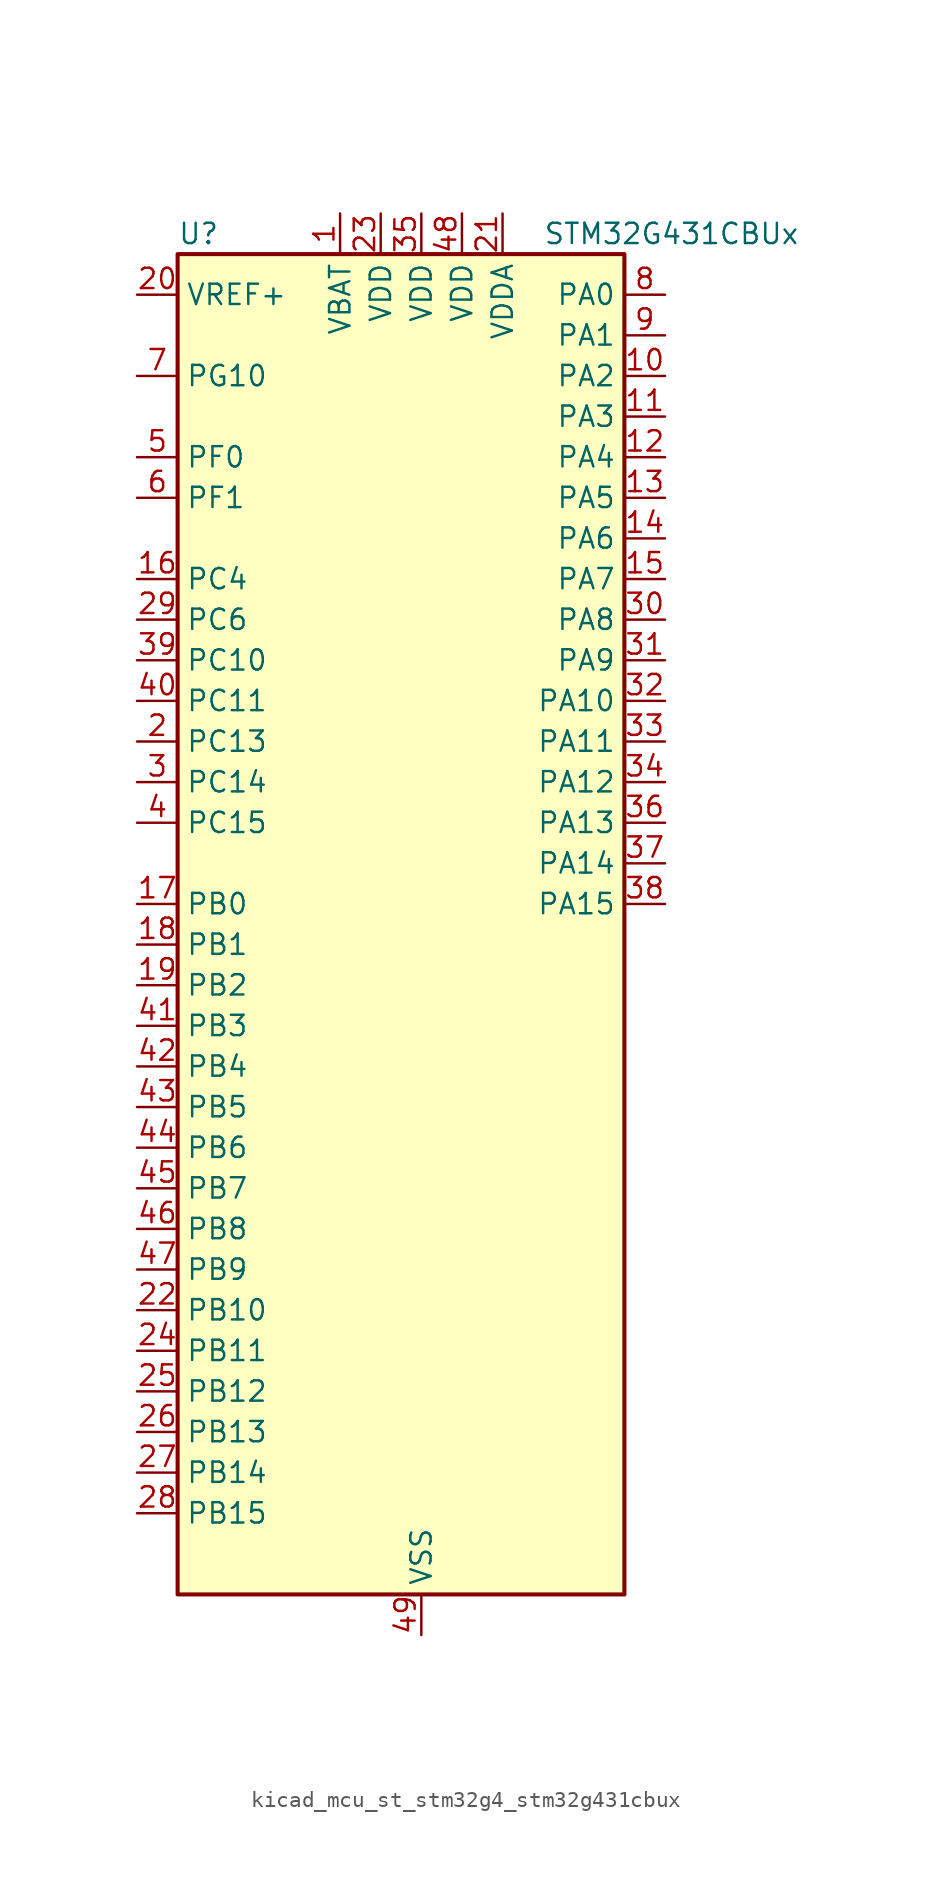
<source format=kicad_sym>
(kicad_symbol_lib
  (version 20220914)
  (generator kicad_symbol_editor)
  (symbol "kicad_mcu_st_stm32g4_stm32g431cbux"
    (property "Reference" "U"
      (at -12.7 44.45 0)
      (effects (font (size 1.27 1.27)) (justify left)))
    (property "Value" "STM32G431CBUx"
      (at 10.16 44.45 0)
      (effects (font (size 1.27 1.27)) (justify left)))
    (property "ki_locked" ""
      (at 0 0 0)
      (effects (font (size 1.27 1.27))))
    (symbol "kicad_mcu_st_stm32g4_stm32g431cbux_0_1"
      (rectangle (start -12.7 -40.64) (end 15.24 43.18) (stroke (width 0.254) (type default)) (fill (type background))))
    (symbol "kicad_mcu_st_stm32g4_stm32g431cbux_1_1"
      (pin power_in line (at -2.54 45.72 270) (length 2.54) (name "VBAT" (effects (font (size 1.27 1.27)))) (number "1" (effects (font (size 1.27 1.27)))))
      (pin bidirectional line (at 17.78 35.56 180) (length 2.54) (name "PA2" (effects (font (size 1.27 1.27)))) (number "10" (effects (font (size 1.27 1.27)))) (alternate "ADC1_IN3" bidirectional line) (alternate "COMP2_INM" bidirectional line) (alternate "COMP2_OUT" bidirectional line) (alternate "LPUART1_TX" bidirectional line) (alternate "OPAMP1_VOUT" bidirectional line) (alternate "RCC_LSCO" bidirectional line) (alternate "SYS_WKUP4" bidirectional line) (alternate "TIM15_CH1" bidirectional line) (alternate "TIM2_CH3" bidirectional line) (alternate "UCPD1_FRSTX1" bidirectional line) (alternate "UCPD1_FRSTX2" bidirectional line) (alternate "USART2_TX" bidirectional line))
      (pin bidirectional line (at 17.78 33.02 180) (length 2.54) (name "PA3" (effects (font (size 1.27 1.27)))) (number "11" (effects (font (size 1.27 1.27)))) (alternate "ADC1_IN4" bidirectional line) (alternate "COMP2_INP" bidirectional line) (alternate "LPUART1_RX" bidirectional line) (alternate "OPAMP1_VINM" bidirectional line) (alternate "OPAMP1_VINM0" bidirectional line) (alternate "OPAMP1_VINM_SEC" bidirectional line) (alternate "OPAMP1_VINP" bidirectional line) (alternate "OPAMP1_VINP_SEC" bidirectional line) (alternate "SAI1_CK1" bidirectional line) (alternate "SAI1_MCLK_A" bidirectional line) (alternate "TIM15_CH2" bidirectional line) (alternate "TIM2_CH4" bidirectional line) (alternate "USART2_RX" bidirectional line))
      (pin bidirectional line (at 17.78 30.48 180) (length 2.54) (name "PA4" (effects (font (size 1.27 1.27)))) (number "12" (effects (font (size 1.27 1.27)))) (alternate "ADC2_IN17" bidirectional line) (alternate "COMP1_INM" bidirectional line) (alternate "DAC1_OUT1" bidirectional line) (alternate "I2S3_WS" bidirectional line) (alternate "SAI1_FS_B" bidirectional line) (alternate "SPI1_NSS" bidirectional line) (alternate "SPI3_NSS" bidirectional line) (alternate "TIM3_CH2" bidirectional line) (alternate "USART2_CK" bidirectional line))
      (pin bidirectional line (at 17.78 27.94 180) (length 2.54) (name "PA5" (effects (font (size 1.27 1.27)))) (number "13" (effects (font (size 1.27 1.27)))) (alternate "ADC2_IN13" bidirectional line) (alternate "COMP2_INM" bidirectional line) (alternate "DAC1_OUT2" bidirectional line) (alternate "OPAMP2_VINM" bidirectional line) (alternate "OPAMP2_VINM0" bidirectional line) (alternate "OPAMP2_VINM_SEC" bidirectional line) (alternate "SPI1_SCK" bidirectional line) (alternate "TIM2_CH1" bidirectional line) (alternate "TIM2_ETR" bidirectional line) (alternate "UCPD1_FRSTX1" bidirectional line) (alternate "UCPD1_FRSTX2" bidirectional line))
      (pin bidirectional line (at 17.78 25.4 180) (length 2.54) (name "PA6" (effects (font (size 1.27 1.27)))) (number "14" (effects (font (size 1.27 1.27)))) (alternate "ADC2_IN3" bidirectional line) (alternate "COMP1_OUT" bidirectional line) (alternate "LPUART1_CTS" bidirectional line) (alternate "OPAMP2_VOUT" bidirectional line) (alternate "SPI1_MISO" bidirectional line) (alternate "TIM16_CH1" bidirectional line) (alternate "TIM1_BKIN" bidirectional line) (alternate "TIM3_CH1" bidirectional line) (alternate "TIM8_BKIN" bidirectional line))
      (pin bidirectional line (at 17.78 22.86 180) (length 2.54) (name "PA7" (effects (font (size 1.27 1.27)))) (number "15" (effects (font (size 1.27 1.27)))) (alternate "ADC2_IN4" bidirectional line) (alternate "COMP2_INP" bidirectional line) (alternate "COMP2_OUT" bidirectional line) (alternate "OPAMP1_VINP" bidirectional line) (alternate "OPAMP1_VINP_SEC" bidirectional line) (alternate "OPAMP2_VINP" bidirectional line) (alternate "OPAMP2_VINP_SEC" bidirectional line) (alternate "SPI1_MOSI" bidirectional line) (alternate "TIM17_CH1" bidirectional line) (alternate "TIM1_CH1N" bidirectional line) (alternate "TIM3_CH2" bidirectional line) (alternate "TIM8_CH1N" bidirectional line) (alternate "UCPD1_FRSTX1" bidirectional line) (alternate "UCPD1_FRSTX2" bidirectional line))
      (pin bidirectional line (at -15.24 22.86 0) (length 2.54) (name "PC4" (effects (font (size 1.27 1.27)))) (number "16" (effects (font (size 1.27 1.27)))) (alternate "ADC2_IN5" bidirectional line) (alternate "I2C2_SCL" bidirectional line) (alternate "TIM1_ETR" bidirectional line) (alternate "USART1_TX" bidirectional line))
      (pin bidirectional line (at -15.24 2.54 0) (length 2.54) (name "PB0" (effects (font (size 1.27 1.27)))) (number "17" (effects (font (size 1.27 1.27)))) (alternate "ADC1_IN15" bidirectional line) (alternate "COMP4_INP" bidirectional line) (alternate "OPAMP2_VINP" bidirectional line) (alternate "OPAMP2_VINP_SEC" bidirectional line) (alternate "OPAMP3_VINP" bidirectional line) (alternate "OPAMP3_VINP_SEC" bidirectional line) (alternate "TIM1_CH2N" bidirectional line) (alternate "TIM3_CH3" bidirectional line) (alternate "TIM8_CH2N" bidirectional line) (alternate "UCPD1_FRSTX1" bidirectional line) (alternate "UCPD1_FRSTX2" bidirectional line))
      (pin bidirectional line (at -15.24 0 0) (length 2.54) (name "PB1" (effects (font (size 1.27 1.27)))) (number "18" (effects (font (size 1.27 1.27)))) (alternate "ADC1_IN12" bidirectional line) (alternate "COMP1_INP" bidirectional line) (alternate "COMP4_OUT" bidirectional line) (alternate "LPUART1_DE" bidirectional line) (alternate "LPUART1_RTS" bidirectional line) (alternate "OPAMP3_VOUT" bidirectional line) (alternate "TIM1_CH3N" bidirectional line) (alternate "TIM3_CH4" bidirectional line) (alternate "TIM8_CH3N" bidirectional line))
      (pin bidirectional line (at -15.24 -2.54 0) (length 2.54) (name "PB2" (effects (font (size 1.27 1.27)))) (number "19" (effects (font (size 1.27 1.27)))) (alternate "ADC2_IN12" bidirectional line) (alternate "COMP4_INM" bidirectional line) (alternate "I2C3_SMBA" bidirectional line) (alternate "LPTIM1_OUT" bidirectional line) (alternate "OPAMP3_VINM" bidirectional line) (alternate "OPAMP3_VINM0" bidirectional line) (alternate "OPAMP3_VINM_SEC" bidirectional line) (alternate "RTC_OUT2" bidirectional line))
      (pin bidirectional line (at -15.24 12.7 0) (length 2.54) (name "PC13" (effects (font (size 1.27 1.27)))) (number "2" (effects (font (size 1.27 1.27)))) (alternate "RTC_OUT1" bidirectional line) (alternate "RTC_TAMP1" bidirectional line) (alternate "RTC_TS" bidirectional line) (alternate "SYS_WKUP2" bidirectional line) (alternate "TIM1_BKIN" bidirectional line) (alternate "TIM1_CH1N" bidirectional line) (alternate "TIM8_CH4N" bidirectional line))
      (pin input line (at -15.24 40.64 0) (length 2.54) (name "VREF+" (effects (font (size 1.27 1.27)))) (number "20" (effects (font (size 1.27 1.27)))) (alternate "VREFBUF_OUT" bidirectional line))
      (pin power_in line (at 7.62 45.72 270) (length 2.54) (name "VDDA" (effects (font (size 1.27 1.27)))) (number "21" (effects (font (size 1.27 1.27)))))
      (pin bidirectional line (at -15.24 -22.86 0) (length 2.54) (name "PB10" (effects (font (size 1.27 1.27)))) (number "22" (effects (font (size 1.27 1.27)))) (alternate "DAC1_EXTI10" bidirectional line) (alternate "DAC3_EXTI10" bidirectional line) (alternate "LPUART1_RX" bidirectional line) (alternate "OPAMP3_VINM" bidirectional line) (alternate "OPAMP3_VINM1" bidirectional line) (alternate "OPAMP3_VINM_SEC" bidirectional line) (alternate "SAI1_SCK_A" bidirectional line) (alternate "TIM1_BKIN" bidirectional line) (alternate "TIM2_CH3" bidirectional line) (alternate "USART3_TX" bidirectional line))
      (pin power_in line (at 0 45.72 270) (length 2.54) (name "VDD" (effects (font (size 1.27 1.27)))) (number "23" (effects (font (size 1.27 1.27)))))
      (pin bidirectional line (at -15.24 -25.4 0) (length 2.54) (name "PB11" (effects (font (size 1.27 1.27)))) (number "24" (effects (font (size 1.27 1.27)))) (alternate "ADC1_EXTI11" bidirectional line) (alternate "ADC1_IN14" bidirectional line) (alternate "ADC2_EXTI11" bidirectional line) (alternate "ADC2_IN14" bidirectional line) (alternate "LPUART1_TX" bidirectional line) (alternate "TIM2_CH4" bidirectional line) (alternate "USART3_RX" bidirectional line))
      (pin bidirectional line (at -15.24 -27.94 0) (length 2.54) (name "PB12" (effects (font (size 1.27 1.27)))) (number "25" (effects (font (size 1.27 1.27)))) (alternate "ADC1_IN11" bidirectional line) (alternate "I2C2_SMBA" bidirectional line) (alternate "I2S2_WS" bidirectional line) (alternate "LPUART1_DE" bidirectional line) (alternate "LPUART1_RTS" bidirectional line) (alternate "SPI2_NSS" bidirectional line) (alternate "TIM1_BKIN" bidirectional line) (alternate "USART3_CK" bidirectional line))
      (pin bidirectional line (at -15.24 -30.48 0) (length 2.54) (name "PB13" (effects (font (size 1.27 1.27)))) (number "26" (effects (font (size 1.27 1.27)))) (alternate "I2S2_CK" bidirectional line) (alternate "LPUART1_CTS" bidirectional line) (alternate "OPAMP3_VINP" bidirectional line) (alternate "OPAMP3_VINP_SEC" bidirectional line) (alternate "SPI2_SCK" bidirectional line) (alternate "TIM1_CH1N" bidirectional line) (alternate "USART3_CTS" bidirectional line) (alternate "USART3_NSS" bidirectional line))
      (pin bidirectional line (at -15.24 -33.02 0) (length 2.54) (name "PB14" (effects (font (size 1.27 1.27)))) (number "27" (effects (font (size 1.27 1.27)))) (alternate "ADC1_IN5" bidirectional line) (alternate "COMP4_OUT" bidirectional line) (alternate "OPAMP2_VINP" bidirectional line) (alternate "OPAMP2_VINP_SEC" bidirectional line) (alternate "SPI2_MISO" bidirectional line) (alternate "TIM15_CH1" bidirectional line) (alternate "TIM1_CH2N" bidirectional line) (alternate "USART3_DE" bidirectional line) (alternate "USART3_RTS" bidirectional line))
      (pin bidirectional line (at -15.24 -35.56 0) (length 2.54) (name "PB15" (effects (font (size 1.27 1.27)))) (number "28" (effects (font (size 1.27 1.27)))) (alternate "ADC1_EXTI15" bidirectional line) (alternate "ADC2_EXTI15" bidirectional line) (alternate "ADC2_IN15" bidirectional line) (alternate "COMP3_OUT" bidirectional line) (alternate "I2S2_SD" bidirectional line) (alternate "RTC_REFIN" bidirectional line) (alternate "SPI2_MOSI" bidirectional line) (alternate "TIM15_CH1N" bidirectional line) (alternate "TIM15_CH2" bidirectional line) (alternate "TIM1_CH3N" bidirectional line))
      (pin bidirectional line (at -15.24 20.32 0) (length 2.54) (name "PC6" (effects (font (size 1.27 1.27)))) (number "29" (effects (font (size 1.27 1.27)))) (alternate "I2S2_MCK" bidirectional line) (alternate "TIM3_CH1" bidirectional line) (alternate "TIM8_CH1" bidirectional line))
      (pin bidirectional line (at -15.24 10.16 0) (length 2.54) (name "PC14" (effects (font (size 1.27 1.27)))) (number "3" (effects (font (size 1.27 1.27)))) (alternate "RCC_OSC32_IN" bidirectional line))
      (pin bidirectional line (at 17.78 20.32 180) (length 2.54) (name "PA8" (effects (font (size 1.27 1.27)))) (number "30" (effects (font (size 1.27 1.27)))) (alternate "I2C2_SDA" bidirectional line) (alternate "I2C3_SCL" bidirectional line) (alternate "I2S2_MCK" bidirectional line) (alternate "RCC_MCO" bidirectional line) (alternate "SAI1_CK2" bidirectional line) (alternate "SAI1_SCK_A" bidirectional line) (alternate "TIM1_CH1" bidirectional line) (alternate "TIM4_ETR" bidirectional line) (alternate "USART1_CK" bidirectional line))
      (pin bidirectional line (at 17.78 17.78 180) (length 2.54) (name "PA9" (effects (font (size 1.27 1.27)))) (number "31" (effects (font (size 1.27 1.27)))) (alternate "DAC1_EXTI9" bidirectional line) (alternate "DAC3_EXTI9" bidirectional line) (alternate "I2C2_SCL" bidirectional line) (alternate "I2C3_SMBA" bidirectional line) (alternate "I2S3_MCK" bidirectional line) (alternate "SAI1_FS_A" bidirectional line) (alternate "TIM15_BKIN" bidirectional line) (alternate "TIM1_CH2" bidirectional line) (alternate "TIM2_CH3" bidirectional line) (alternate "UCPD1_DBCC1" bidirectional line) (alternate "USART1_TX" bidirectional line))
      (pin bidirectional line (at 17.78 15.24 180) (length 2.54) (name "PA10" (effects (font (size 1.27 1.27)))) (number "32" (effects (font (size 1.27 1.27)))) (alternate "CRS_SYNC" bidirectional line) (alternate "DAC1_EXTI10" bidirectional line) (alternate "DAC3_EXTI10" bidirectional line) (alternate "I2C2_SMBA" bidirectional line) (alternate "SAI1_D1" bidirectional line) (alternate "SAI1_SD_A" bidirectional line) (alternate "SPI2_MISO" bidirectional line) (alternate "TIM17_BKIN" bidirectional line) (alternate "TIM1_CH3" bidirectional line) (alternate "TIM2_CH4" bidirectional line) (alternate "TIM8_BKIN" bidirectional line) (alternate "UCPD1_DBCC2" bidirectional line) (alternate "USART1_RX" bidirectional line))
      (pin bidirectional line (at 17.78 12.7 180) (length 2.54) (name "PA11" (effects (font (size 1.27 1.27)))) (number "33" (effects (font (size 1.27 1.27)))) (alternate "ADC1_EXTI11" bidirectional line) (alternate "ADC2_EXTI11" bidirectional line) (alternate "COMP1_OUT" bidirectional line) (alternate "FDCAN1_RX" bidirectional line) (alternate "I2S2_SD" bidirectional line) (alternate "SPI2_MOSI" bidirectional line) (alternate "TIM1_BKIN2" bidirectional line) (alternate "TIM1_CH1N" bidirectional line) (alternate "TIM1_CH4" bidirectional line) (alternate "TIM4_CH1" bidirectional line) (alternate "USART1_CTS" bidirectional line) (alternate "USART1_NSS" bidirectional line) (alternate "USB_DM" bidirectional line))
      (pin bidirectional line (at 17.78 10.16 180) (length 2.54) (name "PA12" (effects (font (size 1.27 1.27)))) (number "34" (effects (font (size 1.27 1.27)))) (alternate "COMP2_OUT" bidirectional line) (alternate "FDCAN1_TX" bidirectional line) (alternate "I2S_CKIN" bidirectional line) (alternate "TIM16_CH1" bidirectional line) (alternate "TIM1_CH2N" bidirectional line) (alternate "TIM1_ETR" bidirectional line) (alternate "TIM4_CH2" bidirectional line) (alternate "USART1_DE" bidirectional line) (alternate "USART1_RTS" bidirectional line) (alternate "USB_DP" bidirectional line))
      (pin power_in line (at 2.54 45.72 270) (length 2.54) (name "VDD" (effects (font (size 1.27 1.27)))) (number "35" (effects (font (size 1.27 1.27)))))
      (pin bidirectional line (at 17.78 7.62 180) (length 2.54) (name "PA13" (effects (font (size 1.27 1.27)))) (number "36" (effects (font (size 1.27 1.27)))) (alternate "I2C1_SCL" bidirectional line) (alternate "IR_OUT" bidirectional line) (alternate "SAI1_SD_B" bidirectional line) (alternate "SYS_JTMS-SWDIO" bidirectional line) (alternate "TIM16_CH1N" bidirectional line) (alternate "TIM4_CH3" bidirectional line) (alternate "USART3_CTS" bidirectional line) (alternate "USART3_NSS" bidirectional line))
      (pin bidirectional line (at 17.78 5.08 180) (length 2.54) (name "PA14" (effects (font (size 1.27 1.27)))) (number "37" (effects (font (size 1.27 1.27)))) (alternate "I2C1_SDA" bidirectional line) (alternate "LPTIM1_OUT" bidirectional line) (alternate "SAI1_FS_B" bidirectional line) (alternate "SYS_JTCK-SWCLK" bidirectional line) (alternate "TIM1_BKIN" bidirectional line) (alternate "TIM8_CH2" bidirectional line) (alternate "USART2_TX" bidirectional line))
      (pin bidirectional line (at 17.78 2.54 180) (length 2.54) (name "PA15" (effects (font (size 1.27 1.27)))) (number "38" (effects (font (size 1.27 1.27)))) (alternate "ADC1_EXTI15" bidirectional line) (alternate "ADC2_EXTI15" bidirectional line) (alternate "I2C1_SCL" bidirectional line) (alternate "I2S3_WS" bidirectional line) (alternate "SPI1_NSS" bidirectional line) (alternate "SPI3_NSS" bidirectional line) (alternate "SYS_JTDI" bidirectional line) (alternate "TIM1_BKIN" bidirectional line) (alternate "TIM2_CH1" bidirectional line) (alternate "TIM2_ETR" bidirectional line) (alternate "TIM8_CH1" bidirectional line) (alternate "USART2_RX" bidirectional line))
      (pin bidirectional line (at -15.24 17.78 0) (length 2.54) (name "PC10" (effects (font (size 1.27 1.27)))) (number "39" (effects (font (size 1.27 1.27)))) (alternate "DAC1_EXTI10" bidirectional line) (alternate "DAC3_EXTI10" bidirectional line) (alternate "I2S3_CK" bidirectional line) (alternate "SPI3_SCK" bidirectional line) (alternate "TIM8_CH1N" bidirectional line) (alternate "USART3_TX" bidirectional line))
      (pin bidirectional line (at -15.24 7.62 0) (length 2.54) (name "PC15" (effects (font (size 1.27 1.27)))) (number "4" (effects (font (size 1.27 1.27)))) (alternate "ADC1_EXTI15" bidirectional line) (alternate "ADC2_EXTI15" bidirectional line) (alternate "RCC_OSC32_OUT" bidirectional line))
      (pin bidirectional line (at -15.24 15.24 0) (length 2.54) (name "PC11" (effects (font (size 1.27 1.27)))) (number "40" (effects (font (size 1.27 1.27)))) (alternate "ADC1_EXTI11" bidirectional line) (alternate "ADC2_EXTI11" bidirectional line) (alternate "I2C3_SDA" bidirectional line) (alternate "SPI3_MISO" bidirectional line) (alternate "TIM8_CH2N" bidirectional line) (alternate "USART3_RX" bidirectional line))
      (pin bidirectional line (at -15.24 -5.08 0) (length 2.54) (name "PB3" (effects (font (size 1.27 1.27)))) (number "41" (effects (font (size 1.27 1.27)))) (alternate "CRS_SYNC" bidirectional line) (alternate "I2S3_CK" bidirectional line) (alternate "SAI1_SCK_B" bidirectional line) (alternate "SPI1_SCK" bidirectional line) (alternate "SPI3_SCK" bidirectional line) (alternate "SYS_JTDO-SWO" bidirectional line) (alternate "TIM2_CH2" bidirectional line) (alternate "TIM3_ETR" bidirectional line) (alternate "TIM4_ETR" bidirectional line) (alternate "TIM8_CH1N" bidirectional line) (alternate "USART2_TX" bidirectional line))
      (pin bidirectional line (at -15.24 -7.62 0) (length 2.54) (name "PB4" (effects (font (size 1.27 1.27)))) (number "42" (effects (font (size 1.27 1.27)))) (alternate "SAI1_MCLK_B" bidirectional line) (alternate "SPI1_MISO" bidirectional line) (alternate "SPI3_MISO" bidirectional line) (alternate "SYS_JTRST" bidirectional line) (alternate "TIM16_CH1" bidirectional line) (alternate "TIM17_BKIN" bidirectional line) (alternate "TIM3_CH1" bidirectional line) (alternate "TIM8_CH2N" bidirectional line) (alternate "UCPD1_CC2" bidirectional line) (alternate "USART2_RX" bidirectional line))
      (pin bidirectional line (at -15.24 -10.16 0) (length 2.54) (name "PB5" (effects (font (size 1.27 1.27)))) (number "43" (effects (font (size 1.27 1.27)))) (alternate "I2C1_SMBA" bidirectional line) (alternate "I2C3_SDA" bidirectional line) (alternate "I2S3_SD" bidirectional line) (alternate "LPTIM1_IN1" bidirectional line) (alternate "SAI1_SD_B" bidirectional line) (alternate "SPI1_MOSI" bidirectional line) (alternate "SPI3_MOSI" bidirectional line) (alternate "TIM16_BKIN" bidirectional line) (alternate "TIM17_CH1" bidirectional line) (alternate "TIM3_CH2" bidirectional line) (alternate "TIM8_CH3N" bidirectional line) (alternate "USART2_CK" bidirectional line))
      (pin bidirectional line (at -15.24 -12.7 0) (length 2.54) (name "PB6" (effects (font (size 1.27 1.27)))) (number "44" (effects (font (size 1.27 1.27)))) (alternate "COMP4_OUT" bidirectional line) (alternate "LPTIM1_ETR" bidirectional line) (alternate "SAI1_FS_B" bidirectional line) (alternate "TIM16_CH1N" bidirectional line) (alternate "TIM4_CH1" bidirectional line) (alternate "TIM8_BKIN2" bidirectional line) (alternate "TIM8_CH1" bidirectional line) (alternate "TIM8_ETR" bidirectional line) (alternate "UCPD1_CC1" bidirectional line) (alternate "USART1_TX" bidirectional line))
      (pin bidirectional line (at -15.24 -15.24 0) (length 2.54) (name "PB7" (effects (font (size 1.27 1.27)))) (number "45" (effects (font (size 1.27 1.27)))) (alternate "COMP3_OUT" bidirectional line) (alternate "I2C1_SDA" bidirectional line) (alternate "LPTIM1_IN2" bidirectional line) (alternate "SYS_PVD_IN" bidirectional line) (alternate "TIM17_CH1N" bidirectional line) (alternate "TIM3_CH4" bidirectional line) (alternate "TIM4_CH2" bidirectional line) (alternate "TIM8_BKIN" bidirectional line) (alternate "USART1_RX" bidirectional line))
      (pin bidirectional line (at -15.24 -17.78 0) (length 2.54) (name "PB8" (effects (font (size 1.27 1.27)))) (number "46" (effects (font (size 1.27 1.27)))) (alternate "COMP1_OUT" bidirectional line) (alternate "FDCAN1_RX" bidirectional line) (alternate "I2C1_SCL" bidirectional line) (alternate "SAI1_CK1" bidirectional line) (alternate "SAI1_MCLK_A" bidirectional line) (alternate "TIM16_CH1" bidirectional line) (alternate "TIM1_BKIN" bidirectional line) (alternate "TIM4_CH3" bidirectional line) (alternate "TIM8_CH2" bidirectional line) (alternate "USART3_RX" bidirectional line))
      (pin bidirectional line (at -15.24 -20.32 0) (length 2.54) (name "PB9" (effects (font (size 1.27 1.27)))) (number "47" (effects (font (size 1.27 1.27)))) (alternate "COMP2_OUT" bidirectional line) (alternate "DAC1_EXTI9" bidirectional line) (alternate "DAC3_EXTI9" bidirectional line) (alternate "FDCAN1_TX" bidirectional line) (alternate "I2C1_SDA" bidirectional line) (alternate "IR_OUT" bidirectional line) (alternate "SAI1_D2" bidirectional line) (alternate "SAI1_FS_A" bidirectional line) (alternate "TIM17_CH1" bidirectional line) (alternate "TIM1_CH3N" bidirectional line) (alternate "TIM4_CH4" bidirectional line) (alternate "TIM8_CH3" bidirectional line) (alternate "USART3_TX" bidirectional line))
      (pin power_in line (at 5.08 45.72 270) (length 2.54) (name "VDD" (effects (font (size 1.27 1.27)))) (number "48" (effects (font (size 1.27 1.27)))))
      (pin power_in line (at 2.54 -43.18 90) (length 2.54) (name "VSS" (effects (font (size 1.27 1.27)))) (number "49" (effects (font (size 1.27 1.27)))))
      (pin bidirectional line (at -15.24 30.48 0) (length 2.54) (name "PF0" (effects (font (size 1.27 1.27)))) (number "5" (effects (font (size 1.27 1.27)))) (alternate "ADC1_IN10" bidirectional line) (alternate "I2C2_SDA" bidirectional line) (alternate "I2S2_WS" bidirectional line) (alternate "RCC_OSC_IN" bidirectional line) (alternate "SPI2_NSS" bidirectional line) (alternate "TIM1_CH3N" bidirectional line))
      (pin bidirectional line (at -15.24 27.94 0) (length 2.54) (name "PF1" (effects (font (size 1.27 1.27)))) (number "6" (effects (font (size 1.27 1.27)))) (alternate "ADC2_IN10" bidirectional line) (alternate "COMP3_INM" bidirectional line) (alternate "I2S2_CK" bidirectional line) (alternate "RCC_OSC_OUT" bidirectional line) (alternate "SPI2_SCK" bidirectional line))
      (pin bidirectional line (at -15.24 35.56 0) (length 2.54) (name "PG10" (effects (font (size 1.27 1.27)))) (number "7" (effects (font (size 1.27 1.27)))) (alternate "DAC1_EXTI10" bidirectional line) (alternate "DAC3_EXTI10" bidirectional line) (alternate "RCC_MCO" bidirectional line))
      (pin bidirectional line (at 17.78 40.64 180) (length 2.54) (name "PA0" (effects (font (size 1.27 1.27)))) (number "8" (effects (font (size 1.27 1.27)))) (alternate "ADC1_IN1" bidirectional line) (alternate "ADC2_IN1" bidirectional line) (alternate "COMP1_INM" bidirectional line) (alternate "COMP1_OUT" bidirectional line) (alternate "COMP3_INP" bidirectional line) (alternate "RTC_TAMP2" bidirectional line) (alternate "SYS_WKUP1" bidirectional line) (alternate "TIM2_CH1" bidirectional line) (alternate "TIM2_ETR" bidirectional line) (alternate "TIM8_BKIN" bidirectional line) (alternate "TIM8_ETR" bidirectional line) (alternate "USART2_CTS" bidirectional line) (alternate "USART2_NSS" bidirectional line))
      (pin bidirectional line (at 17.78 38.1 180) (length 2.54) (name "PA1" (effects (font (size 1.27 1.27)))) (number "9" (effects (font (size 1.27 1.27)))) (alternate "ADC1_IN2" bidirectional line) (alternate "ADC2_IN2" bidirectional line) (alternate "COMP1_INP" bidirectional line) (alternate "OPAMP1_VINP" bidirectional line) (alternate "OPAMP1_VINP_SEC" bidirectional line) (alternate "OPAMP3_VINP" bidirectional line) (alternate "OPAMP3_VINP_SEC" bidirectional line) (alternate "RTC_REFIN" bidirectional line) (alternate "TIM15_CH1N" bidirectional line) (alternate "TIM2_CH2" bidirectional line) (alternate "USART2_DE" bidirectional line) (alternate "USART2_RTS" bidirectional line)))))
</source>
